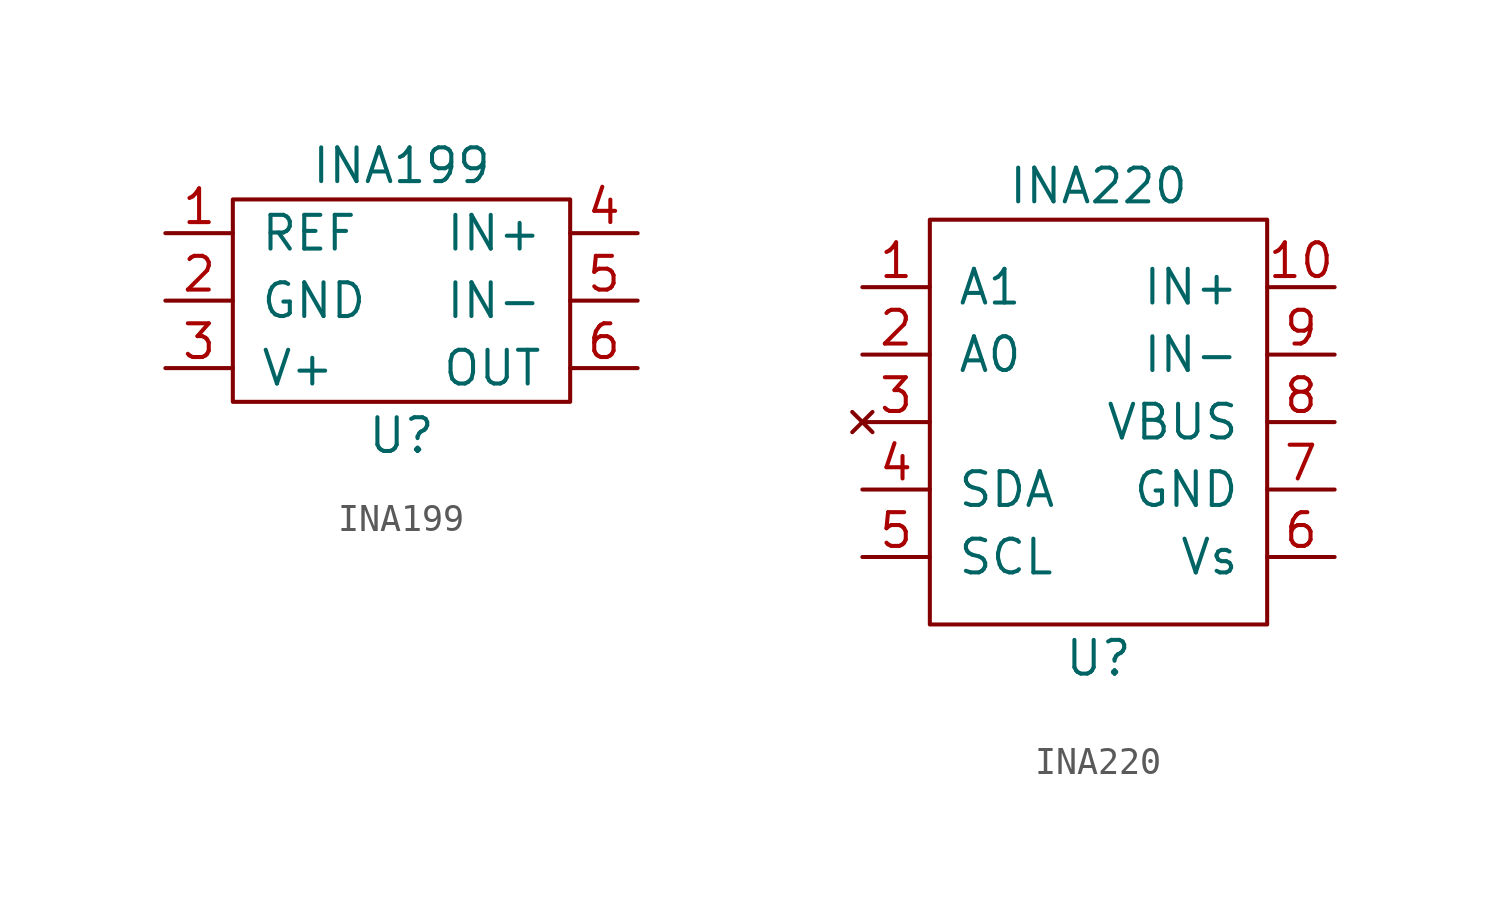
<source format=kicad_sym>
(kicad_symbol_lib
  (version 20220914)
  (generator kicad_symbol_editor)
  (symbol "INA199"
    (pin_names
      (offset 1.016))
    (property "Reference" "U"
      (at 0 -5.08 0)
      (effects (font (size 1.27 1.27))))
    (property "Value" "INA199"
      (at 0 5.08 0)
      (effects (font (size 1.27 1.27))))
    (symbol "INA199_0_1"
      (rectangle (start -6.35 -3.81) (end 6.35 3.81) (stroke (width 0) (type solid)) (fill (type none))))
    (symbol "INA199_1_1"
      (pin input line (at -8.89 2.54 0) (length 2.54) (name "REF" (effects (font (size 1.27 1.27)))) (number "1" (effects (font (size 1.27 1.27)))))
      (pin input line (at -8.89 0 0) (length 2.54) (name "GND" (effects (font (size 1.27 1.27)))) (number "2" (effects (font (size 1.27 1.27)))))
      (pin power_in line (at -8.89 -2.54 0) (length 2.54) (name "V+" (effects (font (size 1.27 1.27)))) (number "3" (effects (font (size 1.27 1.27)))))
      (pin input line (at 8.89 2.54 180) (length 2.54) (name "IN+" (effects (font (size 1.27 1.27)))) (number "4" (effects (font (size 1.27 1.27)))))
      (pin input line (at 8.89 0 180) (length 2.54) (name "IN-" (effects (font (size 1.27 1.27)))) (number "5" (effects (font (size 1.27 1.27)))))
      (pin output line (at 8.89 -2.54 180) (length 2.54) (name "OUT" (effects (font (size 1.27 1.27)))) (number "6" (effects (font (size 1.27 1.27)))))))
  (symbol "INA220"
    (pin_names
      (offset 1.016))
    (property "Reference" "U"
      (at 0 -8.89 0)
      (effects (font (size 1.27 1.27))))
    (property "Value" "INA220"
      (at 0 8.89 0)
      (effects (font (size 1.27 1.27))))
    (symbol "INA220_0_1"
      (rectangle (start -6.35 7.62) (end 6.35 -7.62) (stroke (width 0) (type solid)) (fill (type none))))
    (symbol "INA220_1_1"
      (pin input line (at -8.89 5.08 0) (length 2.54) (name "A1" (effects (font (size 1.27 1.27)))) (number "1" (effects (font (size 1.27 1.27)))))
      (pin input line (at 8.89 5.08 180) (length 2.54) (name "IN+" (effects (font (size 1.27 1.27)))) (number "10" (effects (font (size 1.27 1.27)))))
      (pin input line (at -8.89 2.54 0) (length 2.54) (name "A0" (effects (font (size 1.27 1.27)))) (number "2" (effects (font (size 1.27 1.27)))))
      (pin no_connect line (at -8.89 0 0) (length 2.54) (name "~" (effects (font (size 1.27 1.27)))) (number "3" (effects (font (size 1.27 1.27)))))
      (pin bidirectional line (at -8.89 -2.54 0) (length 2.54) (name "SDA" (effects (font (size 1.27 1.27)))) (number "4" (effects (font (size 1.27 1.27)))))
      (pin bidirectional line (at -8.89 -5.08 0) (length 2.54) (name "SCL" (effects (font (size 1.27 1.27)))) (number "5" (effects (font (size 1.27 1.27)))))
      (pin power_in line (at 8.89 -5.08 180) (length 2.54) (name "Vs" (effects (font (size 1.27 1.27)))) (number "6" (effects (font (size 1.27 1.27)))))
      (pin power_in line (at 8.89 -2.54 180) (length 2.54) (name "GND" (effects (font (size 1.27 1.27)))) (number "7" (effects (font (size 1.27 1.27)))))
      (pin power_in line (at 8.89 0 180) (length 2.54) (name "VBUS" (effects (font (size 1.27 1.27)))) (number "8" (effects (font (size 1.27 1.27)))))
      (pin input line (at 8.89 2.54 180) (length 2.54) (name "IN-" (effects (font (size 1.27 1.27)))) (number "9" (effects (font (size 1.27 1.27))))))))
</source>
